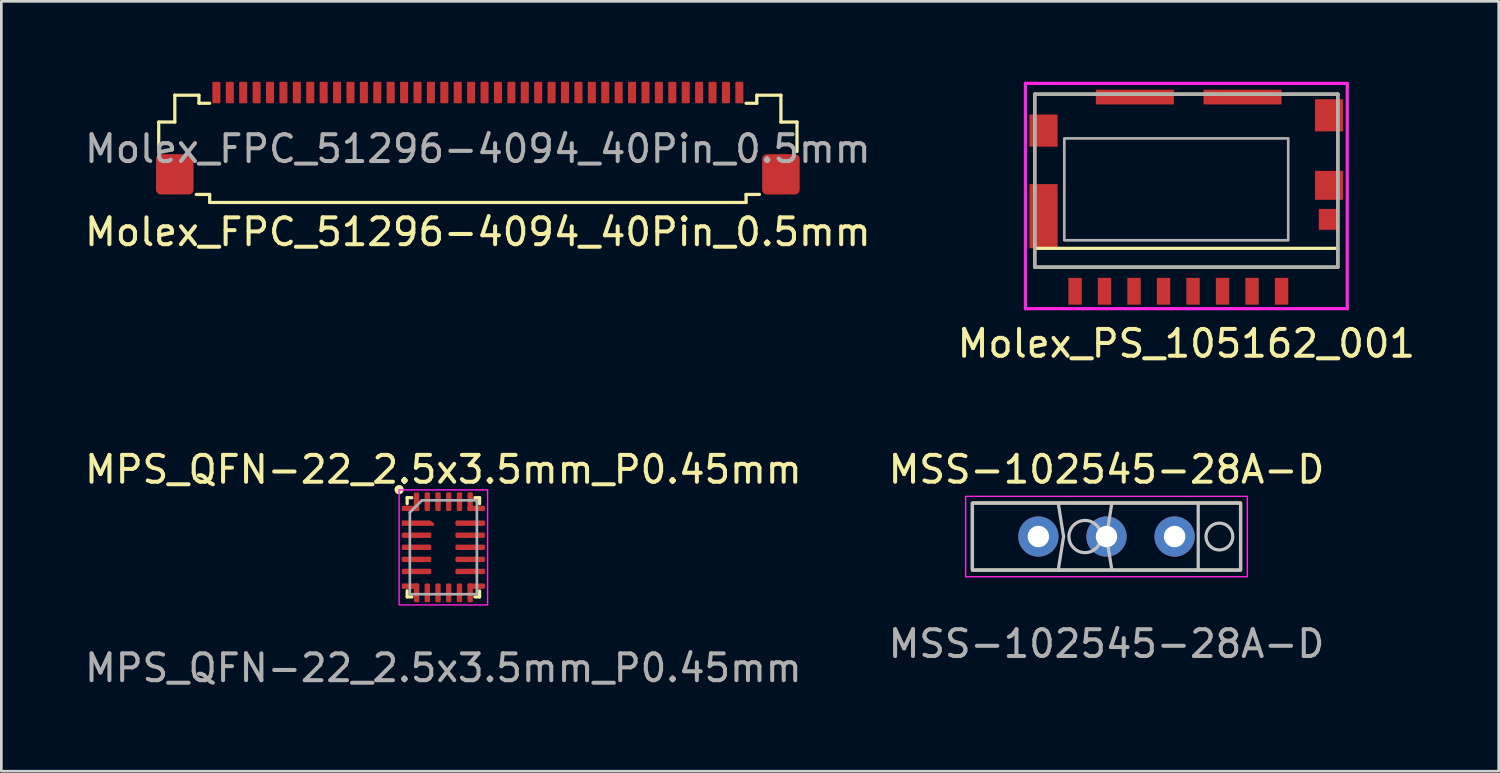
<source format=kicad_pcb>
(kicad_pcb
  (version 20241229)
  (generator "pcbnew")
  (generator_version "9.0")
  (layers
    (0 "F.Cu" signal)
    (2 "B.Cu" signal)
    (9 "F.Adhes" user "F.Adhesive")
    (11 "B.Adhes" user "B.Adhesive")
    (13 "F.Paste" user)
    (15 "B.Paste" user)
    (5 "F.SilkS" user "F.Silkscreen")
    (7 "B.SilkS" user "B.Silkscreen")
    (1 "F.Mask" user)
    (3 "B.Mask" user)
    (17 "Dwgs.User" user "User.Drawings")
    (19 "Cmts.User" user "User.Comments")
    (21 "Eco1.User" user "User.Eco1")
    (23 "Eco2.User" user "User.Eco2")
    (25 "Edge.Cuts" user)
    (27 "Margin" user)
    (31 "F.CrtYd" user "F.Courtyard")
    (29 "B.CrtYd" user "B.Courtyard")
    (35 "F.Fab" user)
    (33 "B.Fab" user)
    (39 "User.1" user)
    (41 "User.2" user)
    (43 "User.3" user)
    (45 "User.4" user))
  (footprint "Molex_PS_105162_001"
    (layer "F.Cu")
    (at 41.185 4.26)
    (property "Reference" "Molex_PS_105162_001" (at 0 5.5 0) (layer "F.SilkS") (effects (font (size 1 1) (thickness 0.15))))
    (attr through_hole)
    (fp_line (start -5.65 -3.8) (end -5.65 2.65) (stroke (width 0.12) (type solid)) (layer "F.SilkS"))
    (fp_line (start -5.65 -3.8) (end 5.65 -3.8) (stroke (width 0.12) (type solid)) (layer "F.SilkS"))
    (fp_line (start 5.65 -3.8) (end 5.65 2.65) (stroke (width 0.12) (type solid)) (layer "F.SilkS"))
    (fp_line (start 5.65 1.95) (end -5.65 1.95) (stroke (width 0.12) (type solid)) (layer "F.SilkS"))
    (fp_line (start 5.65 2.65) (end -5.65 2.65) (stroke (width 0.12) (type solid)) (layer "F.SilkS"))
    (fp_line (start -6 -4.2) (end 6 -4.2) (stroke (width 0.12) (type solid)) (layer "F.CrtYd"))
    (fp_line (start -6 4.2) (end -6 -4.2) (stroke (width 0.12) (type solid)) (layer "F.CrtYd"))
    (fp_line (start 6 -4.2) (end 6 4.2) (stroke (width 0.12) (type solid)) (layer "F.CrtYd"))
    (fp_line (start 6 4.2) (end -6 4.2) (stroke (width 0.12) (type solid)) (layer "F.CrtYd"))
    (fp_line (start -5.65 -3.8) (end -5.65 2.65) (stroke (width 0.12) (type solid)) (layer "F.Fab"))
    (fp_line (start -5.65 2.65) (end 5.65 2.65) (stroke (width 0.12) (type solid)) (layer "F.Fab"))
    (fp_line (start 5.65 -3.8) (end -5.65 -3.8) (stroke (width 0.12) (type solid)) (layer "F.Fab"))
    (fp_line (start 5.65 2.65) (end 5.65 -3.8) (stroke (width 0.12) (type solid)) (layer "F.Fab"))
    (fp_poly (pts (xy 3.8 1.65) (xy -4.55 1.65) (xy -4.55 -2.15) (xy 3.8 -2.15)) (stroke (width 0.1) (type solid)) (fill no) (layer "F.Fab"))
    (pad "" smd rect (at -1.92 -3.69 90) (size 0.55 2.91) (layers "F.Cu" "F.Mask" "F.Paste"))
    (pad "" smd rect (at 2.095 -3.69 90) (size 0.55 2.91) (layers "F.Cu" "F.Mask" "F.Paste"))
    (pad "1" smd rect (at 3.55 3.55 90) (size 1 0.5) (layers "F.Cu" "F.Mask" "F.Paste"))
    (pad "2" smd rect (at 2.45 3.55 90) (size 1 0.5) (layers "F.Cu" "F.Mask" "F.Paste"))
    (pad "3" smd rect (at 1.35 3.55 90) (size 1 0.5) (layers "F.Cu" "F.Mask" "F.Paste"))
    (pad "4" smd rect (at 0.25 3.55 90) (size 1 0.5) (layers "F.Cu" "F.Mask" "F.Paste"))
    (pad "5" smd rect (at -0.85 3.55 90) (size 1 0.5) (layers "F.Cu" "F.Mask" "F.Paste"))
    (pad "6" smd rect (at -1.95 3.55 90) (size 1 0.5) (layers "F.Cu" "F.Mask" "F.Paste"))
    (pad "7" smd rect (at -3.05 3.55 90) (size 1 0.5) (layers "F.Cu" "F.Mask" "F.Paste"))
    (pad "8" smd rect (at -4.15 3.55 90) (size 1 0.5) (layers "F.Cu" "F.Mask" "F.Paste"))
    (pad "9" smd rect (at 5.3 0.87 180) (size 0.72 0.78) (layers "F.Cu" "F.Mask" "F.Paste"))
    (pad "10" smd rect (at -5.325 -2.44 90) (size 1.2 1.05) (layers "F.Cu" "F.Mask" "F.Paste"))
    (pad "10" smd rect (at -5.325 0.75 270) (size 2.39 1.05) (layers "F.Cu" "F.Mask" "F.Paste"))
    (pad "10" smd rect (at 5.325 -3.01 180) (size 1.05 1.2) (layers "F.Cu" "F.Mask" "F.Paste"))
    (pad "10" smd rect (at 5.325 -0.4) (size 1.05 1.08) (layers "F.Cu" "F.Mask" "F.Paste")))
  (footprint "MSS-102545-28A-D"
    (layer "F.Cu")
    (at 38.208 16.956)
    (property "Reference" "MSS-102545-28A-D" (at 0 -2.5 0) (unlocked yes) (layer "F.SilkS") (effects (font (size 1 1) (thickness 0.15))))
    (attr through_hole)
    (fp_rect (start -5 -1.25) (end 5 1.25) (stroke (width 0.12) (type solid)) (fill no) (layer "F.SilkS"))
    (fp_line (start -1.8 -1.25) (end -1.6 0) (stroke (width 0.12) (type solid)) (layer "Dwgs.User"))
    (fp_line (start -1.6 0) (end -1.8 1.25) (stroke (width 0.12) (type solid)) (layer "Dwgs.User"))
    (fp_line (start 0 0) (end 0.2 1.25) (stroke (width 0.12) (type solid)) (layer "Dwgs.User"))
    (fp_line (start 0.2 -1.25) (end 0 0) (stroke (width 0.12) (type solid)) (layer "Dwgs.User"))
    (fp_line (start 3.42 -1.25) (end 3.42 1.25) (stroke (width 0.12) (type solid)) (layer "Dwgs.User"))
    (fp_rect (start -5 -1.25) (end 5 1.25) (stroke (width 0.12) (type solid)) (fill no) (layer "Dwgs.User"))
    (fp_circle (center -0.8 0) (end -0.2 0) (stroke (width 0.12) (type solid)) (fill no) (layer "Dwgs.User"))
    (fp_circle (center 4.21 0) (end 4.71 0) (stroke (width 0.12) (type solid)) (fill no) (layer "Dwgs.User"))
    (fp_rect (start -5.25 -1.5) (end 5.25 1.5) (stroke (width 0.05) (type solid)) (fill no) (layer "F.CrtYd"))
    (fp_text user "${REFERENCE}" (at 0 4 0) (unlocked yes) (layer "F.Fab") (effects (font (size 1 1) (thickness 0.15))))
    (pad "1" thru_hole circle (at -2.54 0) (size 1.5 1.5) (drill 0.8) (layers "*.Cu" "*.Mask"))
    (pad "2" thru_hole circle (at 0 0) (size 1.5 1.5) (drill 0.8) (layers "*.Cu" "*.Mask"))
    (pad "3" thru_hole circle (at 2.54 0) (size 1.5 1.5) (drill 0.8) (layers "*.Cu" "*.Mask")))
  (footprint "Molex_FPC_51296-4094_40Pin_0.5mm"
    (layer "F.Cu")
    (at 14.768 0.4)
    (property "Reference" "Molex_FPC_51296-4094_40Pin_0.5mm" (at 0 5.2 0) (unlocked yes) (layer "F.SilkS") (effects (font (size 1 1) (thickness 0.15))))
    (attr smd)
    (fp_line (start -11.9 1.1) (end -11.3 1.1) (stroke (width 0.12) (type default)) (layer "F.SilkS"))
    (fp_line (start -11.9 2.2) (end -11.9 1.1) (stroke (width 0.12) (type default)) (layer "F.SilkS"))
    (fp_line (start -11.3 0.1) (end -10.4 0.1) (stroke (width 0.12) (type default)) (layer "F.SilkS"))
    (fp_line (start -11.3 1.1) (end -11.3 0.1) (stroke (width 0.12) (type default)) (layer "F.SilkS"))
    (fp_line (start -10.5 3.8) (end -10 3.8) (stroke (width 0.12) (type default)) (layer "F.SilkS"))
    (fp_line (start -10.4 0.1) (end -10.4 0.4) (stroke (width 0.12) (type default)) (layer "F.SilkS"))
    (fp_line (start -10.4 0.4) (end -10 0.4) (stroke (width 0.12) (type default)) (layer "F.SilkS"))
    (fp_line (start -10 3.8) (end -10 4.1) (stroke (width 0.12) (type default)) (layer "F.SilkS"))
    (fp_line (start -10 4.1) (end 10 4.1) (stroke (width 0.12) (type default)) (layer "F.SilkS"))
    (fp_line (start 10 3.8) (end 10 4.1) (stroke (width 0.12) (type default)) (layer "F.SilkS"))
    (fp_line (start 10.4 0.1) (end 10.4 0.4) (stroke (width 0.12) (type default)) (layer "F.SilkS"))
    (fp_line (start 10.4 0.4) (end 10 0.4) (stroke (width 0.12) (type default)) (layer "F.SilkS"))
    (fp_line (start 10.5 3.8) (end 10 3.8) (stroke (width 0.12) (type default)) (layer "F.SilkS"))
    (fp_line (start 11.3 0.1) (end 10.4 0.1) (stroke (width 0.12) (type default)) (layer "F.SilkS"))
    (fp_line (start 11.3 1.1) (end 11.3 0.1) (stroke (width 0.12) (type default)) (layer "F.SilkS"))
    (fp_line (start 11.9 1.1) (end 11.3 1.1) (stroke (width 0.12) (type default)) (layer "F.SilkS"))
    (fp_line (start 11.9 2.2) (end 11.9 1.1) (stroke (width 0.12) (type default)) (layer "F.SilkS"))
    (fp_text user "${REFERENCE}" (at 0 2.1 0) (unlocked yes) (layer "F.Fab") (effects (font (size 1 1) (thickness 0.15))))
    (pad "" smd roundrect (at -11.3 3.05) (size 1.4 1.5) (layers "F.Cu" "F.Mask" "F.Paste") (roundrect_rratio 0.125))
    (pad "" smd roundrect (at 11.3 3.05) (size 1.4 1.5) (layers "F.Cu" "F.Mask" "F.Paste") (roundrect_rratio 0.125))
    (pad "1" smd roundrect (at 9.75 0) (size 0.3 0.8) (layers "F.Cu" "F.Mask" "F.Paste") (roundrect_rratio 0.125))
    (pad "2" smd roundrect (at 9.25 0) (size 0.3 0.8) (layers "F.Cu" "F.Mask" "F.Paste") (roundrect_rratio 0.125))
    (pad "3" smd roundrect (at 8.75 0) (size 0.3 0.8) (layers "F.Cu" "F.Mask" "F.Paste") (roundrect_rratio 0.125))
    (pad "4" smd roundrect (at 8.25 0) (size 0.3 0.8) (layers "F.Cu" "F.Mask" "F.Paste") (roundrect_rratio 0.125))
    (pad "5" smd roundrect (at 7.75 0) (size 0.3 0.8) (layers "F.Cu" "F.Mask" "F.Paste") (roundrect_rratio 0.125))
    (pad "6" smd roundrect (at 7.25 0) (size 0.3 0.8) (layers "F.Cu" "F.Mask" "F.Paste") (roundrect_rratio 0.125))
    (pad "7" smd roundrect (at 6.75 0) (size 0.3 0.8) (layers "F.Cu" "F.Mask" "F.Paste") (roundrect_rratio 0.125))
    (pad "8" smd roundrect (at 6.25 0) (size 0.3 0.8) (layers "F.Cu" "F.Mask" "F.Paste") (roundrect_rratio 0.125))
    (pad "9" smd roundrect (at 5.75 0) (size 0.3 0.8) (layers "F.Cu" "F.Mask" "F.Paste") (roundrect_rratio 0.125))
    (pad "10" smd roundrect (at 5.25 0) (size 0.3 0.8) (layers "F.Cu" "F.Mask" "F.Paste") (roundrect_rratio 0.125))
    (pad "11" smd roundrect (at 4.75 0) (size 0.3 0.8) (layers "F.Cu" "F.Mask" "F.Paste") (roundrect_rratio 0.125))
    (pad "12" smd roundrect (at 4.25 0) (size 0.3 0.8) (layers "F.Cu" "F.Mask" "F.Paste") (roundrect_rratio 0.125))
    (pad "13" smd roundrect (at 3.75 0) (size 0.3 0.8) (layers "F.Cu" "F.Mask" "F.Paste") (roundrect_rratio 0.125))
    (pad "14" smd roundrect (at 3.25 0) (size 0.3 0.8) (layers "F.Cu" "F.Mask" "F.Paste") (roundrect_rratio 0.125))
    (pad "15" smd roundrect (at 2.75 0) (size 0.3 0.8) (layers "F.Cu" "F.Mask" "F.Paste") (roundrect_rratio 0.125))
    (pad "16" smd roundrect (at 2.25 0) (size 0.3 0.8) (layers "F.Cu" "F.Mask" "F.Paste") (roundrect_rratio 0.125))
    (pad "17" smd roundrect (at 1.75 0) (size 0.3 0.8) (layers "F.Cu" "F.Mask" "F.Paste") (roundrect_rratio 0.125))
    (pad "18" smd roundrect (at 1.25 0) (size 0.3 0.8) (layers "F.Cu" "F.Mask" "F.Paste") (roundrect_rratio 0.125))
    (pad "19" smd roundrect (at 0.75 0) (size 0.3 0.8) (layers "F.Cu" "F.Mask" "F.Paste") (roundrect_rratio 0.125))
    (pad "20" smd roundrect (at 0.25 0) (size 0.3 0.8) (layers "F.Cu" "F.Mask" "F.Paste") (roundrect_rratio 0.125))
    (pad "21" smd roundrect (at -0.25 0) (size 0.3 0.8) (layers "F.Cu" "F.Mask" "F.Paste") (roundrect_rratio 0.125))
    (pad "22" smd roundrect (at -0.75 0) (size 0.3 0.8) (layers "F.Cu" "F.Mask" "F.Paste") (roundrect_rratio 0.125))
    (pad "23" smd roundrect (at -1.25 0) (size 0.3 0.8) (layers "F.Cu" "F.Mask" "F.Paste") (roundrect_rratio 0.125))
    (pad "24" smd roundrect (at -1.75 0) (size 0.3 0.8) (layers "F.Cu" "F.Mask" "F.Paste") (roundrect_rratio 0.125))
    (pad "25" smd roundrect (at -2.25 0) (size 0.3 0.8) (layers "F.Cu" "F.Mask" "F.Paste") (roundrect_rratio 0.125))
    (pad "26" smd roundrect (at -2.75 0) (size 0.3 0.8) (layers "F.Cu" "F.Mask" "F.Paste") (roundrect_rratio 0.125))
    (pad "27" smd roundrect (at -3.25 0) (size 0.3 0.8) (layers "F.Cu" "F.Mask" "F.Paste") (roundrect_rratio 0.125))
    (pad "28" smd roundrect (at -3.75 0) (size 0.3 0.8) (layers "F.Cu" "F.Mask" "F.Paste") (roundrect_rratio 0.125))
    (pad "29" smd roundrect (at -4.25 0) (size 0.3 0.8) (layers "F.Cu" "F.Mask" "F.Paste") (roundrect_rratio 0.125))
    (pad "30" smd roundrect (at -4.75 0) (size 0.3 0.8) (layers "F.Cu" "F.Mask" "F.Paste") (roundrect_rratio 0.125))
    (pad "31" smd roundrect (at -5.25 0) (size 0.3 0.8) (layers "F.Cu" "F.Mask" "F.Paste") (roundrect_rratio 0.125))
    (pad "32" smd roundrect (at -5.75 0) (size 0.3 0.8) (layers "F.Cu" "F.Mask" "F.Paste") (roundrect_rratio 0.125))
    (pad "33" smd roundrect (at -6.25 0) (size 0.3 0.8) (layers "F.Cu" "F.Mask" "F.Paste") (roundrect_rratio 0.125))
    (pad "34" smd roundrect (at -6.75 0) (size 0.3 0.8) (layers "F.Cu" "F.Mask" "F.Paste") (roundrect_rratio 0.125))
    (pad "35" smd roundrect (at -7.25 0) (size 0.3 0.8) (layers "F.Cu" "F.Mask" "F.Paste") (roundrect_rratio 0.125))
    (pad "36" smd roundrect (at -7.75 0) (size 0.3 0.8) (layers "F.Cu" "F.Mask" "F.Paste") (roundrect_rratio 0.125))
    (pad "37" smd roundrect (at -8.25 0) (size 0.3 0.8) (layers "F.Cu" "F.Mask" "F.Paste") (roundrect_rratio 0.125))
    (pad "38" smd roundrect (at -8.75 0) (size 0.3 0.8) (layers "F.Cu" "F.Mask" "F.Paste") (roundrect_rratio 0.125))
    (pad "39" smd roundrect (at -9.25 0) (size 0.3 0.8) (layers "F.Cu" "F.Mask" "F.Paste") (roundrect_rratio 0.125))
    (pad "40" smd roundrect (at -9.75 0) (size 0.3 0.8) (layers "F.Cu" "F.Mask" "F.Paste") (roundrect_rratio 0.125)))
  (footprint "MPS_QFN-22_2.5x3.5mm_P0.45mm"
    (layer "F.Cu")
    (at 13.482 17.357)
    (property "Reference" "MPS_QFN-22_2.5x3.5mm_P0.45mm" (at 0 -2.9 0) (unlocked yes) (layer "F.SilkS") (effects (font (size 1 1) (thickness 0.15))))
    (attr smd)
    (fp_line (start -1.35 -1.85) (end -1.35 -1.625) (stroke (width 0.12) (type default)) (layer "F.SilkS"))
    (fp_line (start -1.35 -1.85) (end -1.175 -1.85) (stroke (width 0.12) (type default)) (layer "F.SilkS"))
    (fp_line (start -1.35 1.85) (end -1.35 1.625) (stroke (width 0.12) (type default)) (layer "F.SilkS"))
    (fp_line (start -1.175 1.85) (end -1.35 1.85) (stroke (width 0.12) (type default)) (layer "F.SilkS"))
    (fp_line (start 1.175 -1.85) (end 1.35 -1.85) (stroke (width 0.12) (type default)) (layer "F.SilkS"))
    (fp_line (start 1.35 -1.85) (end 1.35 -1.625) (stroke (width 0.12) (type default)) (layer "F.SilkS"))
    (fp_line (start 1.35 1.625) (end 1.35 1.85) (stroke (width 0.12) (type default)) (layer "F.SilkS"))
    (fp_line (start 1.35 1.85) (end 1.175 1.85) (stroke (width 0.12) (type default)) (layer "F.SilkS"))
    (fp_circle (center -1.65 -2.15) (end -1.538 -2.15) (stroke (width 0.12) (type solid)) (fill yes) (layer "F.SilkS"))
    (fp_rect (start -1.65 -2.14) (end 1.65 2.15) (stroke (width 0.05) (type default)) (fill no) (layer "F.CrtYd"))
    (fp_line (start -1.25 -1.3) (end -1.25 1.75) (stroke (width 0.1) (type default)) (layer "F.Fab"))
    (fp_line (start -1.25 1.75) (end 1.25 1.75) (stroke (width 0.1) (type default)) (layer "F.Fab"))
    (fp_line (start -0.8 -1.75) (end -1.25 -1.3) (stroke (width 0.1) (type default)) (layer "F.Fab"))
    (fp_line (start 1.25 -1.75) (end -0.8 -1.75) (stroke (width 0.1) (type default)) (layer "F.Fab"))
    (fp_line (start 1.25 -1.75) (end 1.25 1.75) (stroke (width 0.1) (type default)) (layer "F.Fab"))
    (fp_text user "${REFERENCE}" (at 0 4.5 0) (unlocked yes) (layer "F.Fab") (effects (font (size 1 1) (thickness 0.15))))
    (pad "1" smd custom (at -1.05 -0.9) (size 1 0.2) (layers "F.Cu" "F.Mask" "F.Paste") (options (anchor rect)) (primitives (gr_poly (pts (xy 0.5 -0.1) (xy 0.55 -0.1) (xy 0.7 0) (xy 0.7 0.1) (xy 0.5 0.1)) (width 0.001) (fill yes))))
    (pad "2" smd roundrect (at -1 -0.45) (size 1.1 0.2) (layers "F.Cu" "F.Mask" "F.Paste") (roundrect_rratio 0.25))
    (pad "3" smd roundrect (at -1 0) (size 1.1 0.2) (layers "F.Cu" "F.Mask" "F.Paste") (roundrect_rratio 0.25))
    (pad "4" smd roundrect (at -1 0.45) (size 1.1 0.2) (layers "F.Cu" "F.Mask" "F.Paste") (roundrect_rratio 0.25))
    (pad "5" smd roundrect (at -1 0.9) (size 1.1 0.2) (layers "F.Cu" "F.Mask" "F.Paste") (roundrect_rratio 0.25))
    (pad "6" smd roundrect (at -1.225 1.45 90) (size 0.2 0.65) (layers "F.Cu" "F.Mask" "F.Paste") (roundrect_rratio 0.25))
    (pad "6" smd roundrect (at -1 1.7) (size 0.2 0.7) (layers "F.Cu" "F.Mask" "F.Paste") (roundrect_rratio 0.25))
    (pad "7" smd roundrect (at -0.6 1.7) (size 0.2 0.7) (layers "F.Cu" "F.Mask" "F.Paste") (roundrect_rratio 0.25))
    (pad "8" smd roundrect (at -0.2 1.7) (size 0.2 0.7) (layers "F.Cu" "F.Mask" "F.Paste") (roundrect_rratio 0.25))
    (pad "9" smd roundrect (at 0.2 1.7) (size 0.2 0.7) (layers "F.Cu" "F.Mask" "F.Paste") (roundrect_rratio 0.25))
    (pad "10" smd roundrect (at 0.6 1.7) (size 0.2 0.7) (layers "F.Cu" "F.Mask" "F.Paste") (roundrect_rratio 0.25))
    (pad "11" smd roundrect (at 1 1.7) (size 0.2 0.7) (layers "F.Cu" "F.Mask" "F.Paste") (roundrect_rratio 0.25))
    (pad "11" smd roundrect (at 1.225 1.45 90) (size 0.2 0.65) (layers "F.Cu" "F.Mask" "F.Paste") (roundrect_rratio 0.25))
    (pad "12" smd roundrect (at 1 0.9) (size 1.1 0.2) (layers "F.Cu" "F.Mask" "F.Paste") (roundrect_rratio 0.25))
    (pad "13" smd roundrect (at 1 0.45) (size 1.1 0.2) (layers "F.Cu" "F.Mask" "F.Paste") (roundrect_rratio 0.25))
    (pad "14" smd roundrect (at 1 0) (size 1.1 0.2) (layers "F.Cu" "F.Mask" "F.Paste") (roundrect_rratio 0.25))
    (pad "15" smd roundrect (at 1 -0.45) (size 1.1 0.2) (layers "F.Cu" "F.Mask" "F.Paste") (roundrect_rratio 0.25))
    (pad "16" smd roundrect (at 1 -0.9) (size 1.1 0.2) (layers "F.Cu" "F.Mask" "F.Paste") (roundrect_rratio 0.25))
    (pad "17" smd roundrect (at 1 -1.7) (size 0.2 0.7) (layers "F.Cu" "F.Mask" "F.Paste") (roundrect_rratio 0.25))
    (pad "17" smd roundrect (at 1.225 -1.45 90) (size 0.2 0.65) (layers "F.Cu" "F.Mask" "F.Paste") (roundrect_rratio 0.25))
    (pad "18" smd roundrect (at 0.6 -1.7) (size 0.2 0.7) (layers "F.Cu" "F.Mask" "F.Paste") (roundrect_rratio 0.25))
    (pad "19" smd roundrect (at 0.2 -1.7) (size 0.2 0.7) (layers "F.Cu" "F.Mask" "F.Paste") (roundrect_rratio 0.25))
    (pad "20" smd roundrect (at -0.2 -1.7) (size 0.2 0.7) (layers "F.Cu" "F.Mask" "F.Paste") (roundrect_rratio 0.25))
    (pad "21" smd roundrect (at -0.6 -1.7) (size 0.2 0.7) (layers "F.Cu" "F.Mask" "F.Paste") (roundrect_rratio 0.25))
    (pad "22" smd roundrect (at -1.225 -1.45 90) (size 0.2 0.65) (layers "F.Cu" "F.Mask" "F.Paste") (roundrect_rratio 0.25))
    (pad "22" smd roundrect (at -1 -1.7) (size 0.2 0.7) (layers "F.Cu" "F.Mask" "F.Paste") (roundrect_rratio 0.25)))
  (gr_rect
    (start -3 -3)
    (end 52.833 25.705)
    (stroke (width 0.1) (type default))
    (fill no)
    (layer "Edge.Cuts")))
</source>
